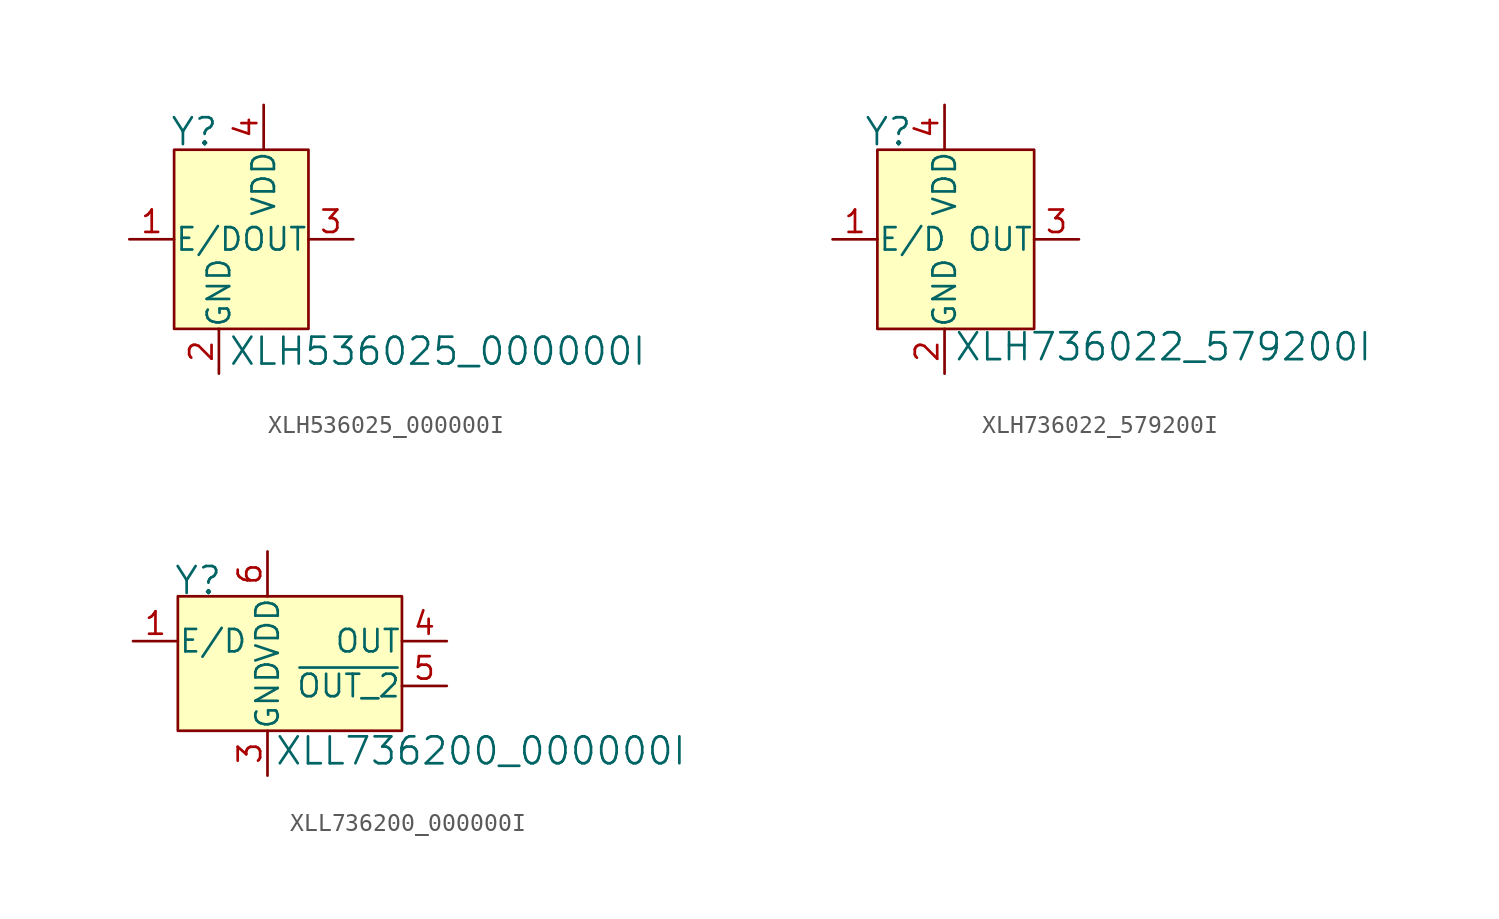
<source format=kicad_sym>
(kicad_symbol_lib
  (version 20220914)
  (generator kicad_symbol_editor)
  (symbol "XLH536025_000000I"
    (pin_names
      (offset 0.025))
    (property "Reference" "Y"
      (at -2.794 3.556 0)
      (effects (font (size 1.524 1.524)) (justify left)))
    (property "Value" "XLH536025_000000I"
      (at 0.508 -8.89 0)
      (effects (font (size 1.524 1.524)) (justify left)))
    (symbol "XLH536025_000000I_0_1"
      (rectangle (start 5.08 2.54) (end -2.54 -7.62) (stroke (width 0) (type solid)) (fill (type background))))
    (symbol "XLH536025_000000I_1_1"
      (pin input line (at -5.08 -2.54 0) (length 2.54) (name "E/D" (effects (font (size 1.27 1.27)))) (number "1" (effects (font (size 1.27 1.27)))))
      (pin power_in line (at 0 -10.16 90) (length 2.54) (name "GND" (effects (font (size 1.27 1.27)))) (number "2" (effects (font (size 1.27 1.27)))))
      (pin output line (at 7.62 -2.54 180) (length 2.54) (name "OUT" (effects (font (size 1.27 1.27)))) (number "3" (effects (font (size 1.27 1.27)))))
      (pin power_in line (at 2.54 5.08 270) (length 2.54) (name "VDD" (effects (font (size 1.27 1.27)))) (number "4" (effects (font (size 1.27 1.27)))))))
  (symbol "XLH736022_579200I"
    (pin_names
      (offset 0.025))
    (property "Reference" "Y"
      (at -1.778 6.096 0)
      (effects (font (size 1.524 1.524)) (justify right)))
    (property "Value" "XLH736022_579200I"
      (at 0.508 -6.096 0)
      (effects (font (size 1.524 1.524)) (justify left)))
    (symbol "XLH736022_579200I_0_1"
      (rectangle (start 5.08 5.08) (end -3.81 -5.08) (stroke (width 0) (type solid)) (fill (type background))))
    (symbol "XLH736022_579200I_1_1"
      (pin input line (at -6.35 0 0) (length 2.54) (name "E/D" (effects (font (size 1.27 1.27)))) (number "1" (effects (font (size 1.27 1.27)))))
      (pin power_in line (at 0 -7.62 90) (length 2.54) (name "GND" (effects (font (size 1.27 1.27)))) (number "2" (effects (font (size 1.27 1.27)))))
      (pin output line (at 7.62 0 180) (length 2.54) (name "OUT" (effects (font (size 1.27 1.27)))) (number "3" (effects (font (size 1.27 1.27)))))
      (pin power_in line (at 0 7.62 270) (length 2.54) (name "VDD" (effects (font (size 1.27 1.27)))) (number "4" (effects (font (size 1.27 1.27)))))))
  (symbol "XLL736200_000000I"
    (pin_names
      (offset 0.025))
    (property "Reference" "Y"
      (at -5.334 3.429 0)
      (effects (font (size 1.524 1.524)) (justify left)))
    (property "Value" "XLL736200_000000I"
      (at 0.381 -6.223 0)
      (effects (font (size 1.524 1.524)) (justify left)))
    (symbol "XLL736200_000000I_0_1"
      (rectangle (start 7.62 2.54) (end -5.08 -5.08) (stroke (width 0) (type solid)) (fill (type background))))
    (symbol "XLL736200_000000I_1_1"
      (pin input line (at -7.62 0 0) (length 2.54) (name "E/D" (effects (font (size 1.27 1.27)))) (number "1" (effects (font (size 1.27 1.27)))))
      (pin no_connect line (at -5.08 -2.54 0) (length 2.54) hide (name "NC" (effects (font (size 1.27 1.27)))) (number "2" (effects (font (size 1.27 1.27)))))
      (pin power_in line (at 0 -7.62 90) (length 2.54) (name "GND" (effects (font (size 1.27 1.27)))) (number "3" (effects (font (size 1.27 1.27)))))
      (pin output line (at 10.16 0 180) (length 2.54) (name "OUT" (effects (font (size 1.27 1.27)))) (number "4" (effects (font (size 1.27 1.27)))))
      (pin output line (at 10.16 -2.54 180) (length 2.54) (name "~{OUT_2}" (effects (font (size 1.27 1.27)))) (number "5" (effects (font (size 1.27 1.27)))))
      (pin power_in line (at 0 5.08 270) (length 2.54) (name "VDD" (effects (font (size 1.27 1.27)))) (number "6" (effects (font (size 1.27 1.27))))))))
</source>
